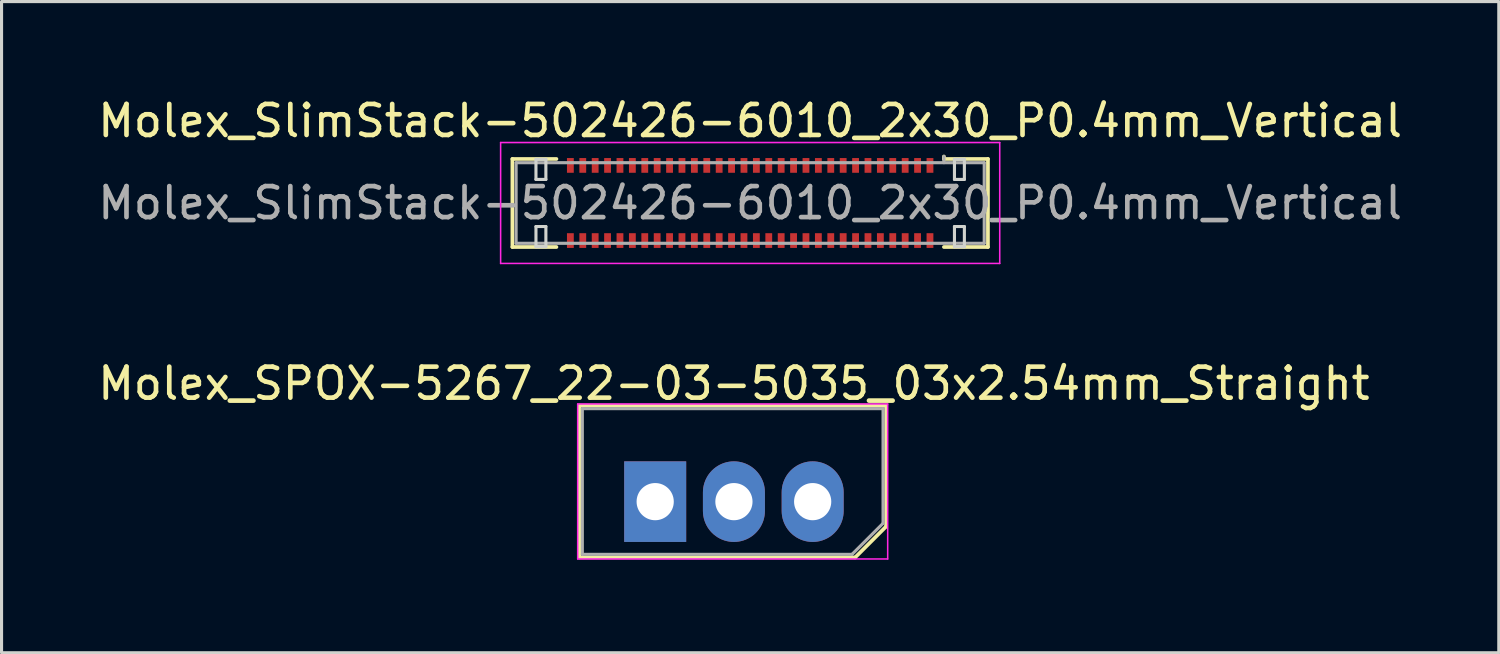
<source format=kicad_pcb>
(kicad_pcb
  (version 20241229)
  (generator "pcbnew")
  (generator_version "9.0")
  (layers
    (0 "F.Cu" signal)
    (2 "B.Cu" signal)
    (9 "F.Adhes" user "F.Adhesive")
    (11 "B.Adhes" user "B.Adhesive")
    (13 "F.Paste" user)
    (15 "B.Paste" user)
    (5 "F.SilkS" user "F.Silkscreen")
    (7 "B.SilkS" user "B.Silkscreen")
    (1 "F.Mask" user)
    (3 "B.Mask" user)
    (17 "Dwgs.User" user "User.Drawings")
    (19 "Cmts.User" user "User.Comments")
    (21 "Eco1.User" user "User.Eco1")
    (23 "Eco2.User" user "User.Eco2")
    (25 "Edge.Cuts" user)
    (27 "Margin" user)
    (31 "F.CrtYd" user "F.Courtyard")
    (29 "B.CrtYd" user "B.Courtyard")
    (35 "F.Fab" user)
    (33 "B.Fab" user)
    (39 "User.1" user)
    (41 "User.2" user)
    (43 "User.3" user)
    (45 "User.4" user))
  (footprint "Molex_SPOX-5267_22-03-5035_03x2.54mm_Straight"
    (layer "F.Cu")
    (at 18.085 13.132)
    (property "Reference" "Molex_SPOX-5267_22-03-5035_03x2.54mm_Straight" (at 2.54 -3.81 0) (layer "F.SilkS") (effects (font (size 1 1) (thickness 0.15))))
    (attr through_hole)
    (fp_line (start -2.45 -3.1) (end -2.45 1.8) (stroke (width 0.12) (type solid)) (layer "F.SilkS"))
    (fp_line (start -2.45 1.8) (end 6.45 1.8) (stroke (width 0.12) (type solid)) (layer "F.SilkS"))
    (fp_line (start 6.45 1.8) (end 7.45 0.8) (stroke (width 0.12) (type solid)) (layer "F.SilkS"))
    (fp_line (start 7.45 -3.1) (end -2.45 -3.1) (stroke (width 0.12) (type solid)) (layer "F.SilkS"))
    (fp_line (start 7.45 0.8) (end 7.45 -3.1) (stroke (width 0.12) (type solid)) (layer "F.SilkS"))
    (fp_line (start -2.5 -3.15) (end 7.5 -3.15) (stroke (width 0.05) (type solid)) (layer "F.CrtYd"))
    (fp_line (start -2.5 1.85) (end -2.5 -3.15) (stroke (width 0.05) (type solid)) (layer "F.CrtYd"))
    (fp_line (start 7.5 -3.15) (end 7.5 1.85) (stroke (width 0.05) (type solid)) (layer "F.CrtYd"))
    (fp_line (start 7.5 1.85) (end -2.5 1.85) (stroke (width 0.05) (type solid)) (layer "F.CrtYd"))
    (fp_line (start -2.35 -3) (end -2.35 1.7) (stroke (width 0.1) (type solid)) (layer "F.Fab"))
    (fp_line (start -2.35 1.7) (end 6.35 1.7) (stroke (width 0.1) (type solid)) (layer "F.Fab"))
    (fp_line (start 6.35 1.7) (end 7.35 0.7) (stroke (width 0.1) (type solid)) (layer "F.Fab"))
    (fp_line (start 7.35 -3) (end -2.35 -3) (stroke (width 0.1) (type solid)) (layer "F.Fab"))
    (fp_line (start 7.35 0.7) (end 7.35 -3) (stroke (width 0.1) (type solid)) (layer "F.Fab"))
    (pad "1" thru_hole rect (at 0 0) (size 2 2.6) (drill 1.2) (layers "*.Cu" "*.Mask"))
    (pad "2" thru_hole oval (at 2.54 0) (size 2 2.6) (drill 1.2) (layers "*.Cu" "*.Mask"))
    (pad "3" thru_hole oval (at 5.08 0) (size 2 2.6) (drill 1.2) (layers "*.Cu" "*.Mask")))
  (footprint "Molex_SlimStack-502426-6010_2x30_P0.4mm_Vertical"
    (layer "F.Cu")
    (at 21.149 3.498)
    (property "Reference" "Molex_SlimStack-502426-6010_2x30_P0.4mm_Vertical" (at 0 -2.65 0) (layer "F.SilkS") (effects (font (size 1 1) (thickness 0.15))))
    (attr smd)
    (fp_line (start -7.67 -1.42) (end -6.25 -1.42) (stroke (width 0.12) (type solid)) (layer "F.SilkS"))
    (fp_line (start -7.67 1.42) (end -7.67 -1.42) (stroke (width 0.12) (type solid)) (layer "F.SilkS"))
    (fp_line (start -6.25 1.42) (end -7.67 1.42) (stroke (width 0.12) (type solid)) (layer "F.SilkS"))
    (fp_line (start 6.25 -1.42) (end 6.25 -1.5) (stroke (width 0.12) (type solid)) (layer "F.SilkS"))
    (fp_line (start 6.25 1.42) (end 7.67 1.42) (stroke (width 0.12) (type solid)) (layer "F.SilkS"))
    (fp_line (start 7.67 -1.42) (end 6.25 -1.42) (stroke (width 0.12) (type solid)) (layer "F.SilkS"))
    (fp_line (start 7.67 1.42) (end 7.67 -1.42) (stroke (width 0.12) (type solid)) (layer "F.SilkS"))
    (fp_line (start -6.91 -1.41) (end -6.91 -0.76) (stroke (width 0.1) (type solid)) (layer "Edge.Cuts"))
    (fp_line (start -6.91 -0.76) (end -6.59 -0.76) (stroke (width 0.1) (type solid)) (layer "Edge.Cuts"))
    (fp_line (start -6.91 0.76) (end -6.91 1.41) (stroke (width 0.1) (type solid)) (layer "Edge.Cuts"))
    (fp_line (start -6.91 1.41) (end -6.59 1.41) (stroke (width 0.1) (type solid)) (layer "Edge.Cuts"))
    (fp_line (start -6.59 -1.41) (end -6.91 -1.41) (stroke (width 0.1) (type solid)) (layer "Edge.Cuts"))
    (fp_line (start -6.59 -0.76) (end -6.59 -1.41) (stroke (width 0.1) (type solid)) (layer "Edge.Cuts"))
    (fp_line (start -6.59 0.76) (end -6.91 0.76) (stroke (width 0.1) (type solid)) (layer "Edge.Cuts"))
    (fp_line (start -6.59 1.41) (end -6.59 0.76) (stroke (width 0.1) (type solid)) (layer "Edge.Cuts"))
    (fp_line (start 6.59 -1.41) (end 6.59 -0.76) (stroke (width 0.1) (type solid)) (layer "Edge.Cuts"))
    (fp_line (start 6.59 -0.76) (end 6.91 -0.76) (stroke (width 0.1) (type solid)) (layer "Edge.Cuts"))
    (fp_line (start 6.59 0.76) (end 6.59 1.41) (stroke (width 0.1) (type solid)) (layer "Edge.Cuts"))
    (fp_line (start 6.59 1.41) (end 6.91 1.41) (stroke (width 0.1) (type solid)) (layer "Edge.Cuts"))
    (fp_line (start 6.91 -1.41) (end 6.59 -1.41) (stroke (width 0.1) (type solid)) (layer "Edge.Cuts"))
    (fp_line (start 6.91 -0.76) (end 6.91 -1.41) (stroke (width 0.1) (type solid)) (layer "Edge.Cuts"))
    (fp_line (start 6.91 0.76) (end 6.59 0.76) (stroke (width 0.1) (type solid)) (layer "Edge.Cuts"))
    (fp_line (start 6.91 1.41) (end 6.91 0.76) (stroke (width 0.1) (type solid)) (layer "Edge.Cuts"))
    (fp_line (start -8.05 -1.95) (end -8.05 1.95) (stroke (width 0.05) (type solid)) (layer "F.CrtYd"))
    (fp_line (start -8.05 1.95) (end 8.05 1.95) (stroke (width 0.05) (type solid)) (layer "F.CrtYd"))
    (fp_line (start 8.05 -1.95) (end -8.05 -1.95) (stroke (width 0.05) (type solid)) (layer "F.CrtYd"))
    (fp_line (start 8.05 1.95) (end 8.05 -1.95) (stroke (width 0.05) (type solid)) (layer "F.CrtYd"))
    (fp_line (start -7.55 -1.3) (end -7.55 1.3) (stroke (width 0.1) (type solid)) (layer "F.Fab"))
    (fp_line (start -7.55 1.3) (end 7.55 1.3) (stroke (width 0.1) (type solid)) (layer "F.Fab"))
    (fp_line (start 6.25 -1.3) (end 6.25 -1.5) (stroke (width 0.1) (type solid)) (layer "F.Fab"))
    (fp_line (start 7.55 -1.3) (end -7.55 -1.3) (stroke (width 0.1) (type solid)) (layer "F.Fab"))
    (fp_line (start 7.55 1.3) (end 7.55 -1.3) (stroke (width 0.1) (type solid)) (layer "F.Fab"))
    (fp_text user "${REFERENCE}" (at 0 0 0) (layer "F.Fab") (effects (font (size 1 1) (thickness 0.15))))
    (pad "1" smd rect (at 5.8 -1.212) (size 0.22 0.475) (layers "F.Cu" "F.Mask" "F.Paste"))
    (pad "2" smd rect (at 5.8 1.212) (size 0.22 0.475) (layers "F.Cu" "F.Mask" "F.Paste"))
    (pad "3" smd rect (at 5.4 -1.212) (size 0.22 0.475) (layers "F.Cu" "F.Mask" "F.Paste"))
    (pad "4" smd rect (at 5.4 1.212) (size 0.22 0.475) (layers "F.Cu" "F.Mask" "F.Paste"))
    (pad "5" smd rect (at 5 -1.212) (size 0.22 0.475) (layers "F.Cu" "F.Mask" "F.Paste"))
    (pad "6" smd rect (at 5 1.212) (size 0.22 0.475) (layers "F.Cu" "F.Mask" "F.Paste"))
    (pad "7" smd rect (at 4.6 -1.212) (size 0.22 0.475) (layers "F.Cu" "F.Mask" "F.Paste"))
    (pad "8" smd rect (at 4.6 1.212) (size 0.22 0.475) (layers "F.Cu" "F.Mask" "F.Paste"))
    (pad "9" smd rect (at 4.2 -1.212) (size 0.22 0.475) (layers "F.Cu" "F.Mask" "F.Paste"))
    (pad "10" smd rect (at 4.2 1.212) (size 0.22 0.475) (layers "F.Cu" "F.Mask" "F.Paste"))
    (pad "11" smd rect (at 3.8 -1.212) (size 0.22 0.475) (layers "F.Cu" "F.Mask" "F.Paste"))
    (pad "12" smd rect (at 3.8 1.212) (size 0.22 0.475) (layers "F.Cu" "F.Mask" "F.Paste"))
    (pad "13" smd rect (at 3.4 -1.212) (size 0.22 0.475) (layers "F.Cu" "F.Mask" "F.Paste"))
    (pad "14" smd rect (at 3.4 1.212) (size 0.22 0.475) (layers "F.Cu" "F.Mask" "F.Paste"))
    (pad "15" smd rect (at 3 -1.212) (size 0.22 0.475) (layers "F.Cu" "F.Mask" "F.Paste"))
    (pad "16" smd rect (at 3 1.212) (size 0.22 0.475) (layers "F.Cu" "F.Mask" "F.Paste"))
    (pad "17" smd rect (at 2.6 -1.212) (size 0.22 0.475) (layers "F.Cu" "F.Mask" "F.Paste"))
    (pad "18" smd rect (at 2.6 1.212) (size 0.22 0.475) (layers "F.Cu" "F.Mask" "F.Paste"))
    (pad "19" smd rect (at 2.2 -1.212) (size 0.22 0.475) (layers "F.Cu" "F.Mask" "F.Paste"))
    (pad "20" smd rect (at 2.2 1.212) (size 0.22 0.475) (layers "F.Cu" "F.Mask" "F.Paste"))
    (pad "21" smd rect (at 1.8 -1.212) (size 0.22 0.475) (layers "F.Cu" "F.Mask" "F.Paste"))
    (pad "22" smd rect (at 1.8 1.212) (size 0.22 0.475) (layers "F.Cu" "F.Mask" "F.Paste"))
    (pad "23" smd rect (at 1.4 -1.212) (size 0.22 0.475) (layers "F.Cu" "F.Mask" "F.Paste"))
    (pad "24" smd rect (at 1.4 1.212) (size 0.22 0.475) (layers "F.Cu" "F.Mask" "F.Paste"))
    (pad "25" smd rect (at 1 -1.212) (size 0.22 0.475) (layers "F.Cu" "F.Mask" "F.Paste"))
    (pad "26" smd rect (at 1 1.212) (size 0.22 0.475) (layers "F.Cu" "F.Mask" "F.Paste"))
    (pad "27" smd rect (at 0.6 -1.212) (size 0.22 0.475) (layers "F.Cu" "F.Mask" "F.Paste"))
    (pad "28" smd rect (at 0.6 1.212) (size 0.22 0.475) (layers "F.Cu" "F.Mask" "F.Paste"))
    (pad "29" smd rect (at 0.2 -1.212) (size 0.22 0.475) (layers "F.Cu" "F.Mask" "F.Paste"))
    (pad "30" smd rect (at 0.2 1.212) (size 0.22 0.475) (layers "F.Cu" "F.Mask" "F.Paste"))
    (pad "31" smd rect (at -0.2 -1.212) (size 0.22 0.475) (layers "F.Cu" "F.Mask" "F.Paste"))
    (pad "32" smd rect (at -0.2 1.212) (size 0.22 0.475) (layers "F.Cu" "F.Mask" "F.Paste"))
    (pad "33" smd rect (at -0.6 -1.212) (size 0.22 0.475) (layers "F.Cu" "F.Mask" "F.Paste"))
    (pad "34" smd rect (at -0.6 1.212) (size 0.22 0.475) (layers "F.Cu" "F.Mask" "F.Paste"))
    (pad "35" smd rect (at -1 -1.212) (size 0.22 0.475) (layers "F.Cu" "F.Mask" "F.Paste"))
    (pad "36" smd rect (at -1 1.212) (size 0.22 0.475) (layers "F.Cu" "F.Mask" "F.Paste"))
    (pad "37" smd rect (at -1.4 -1.212) (size 0.22 0.475) (layers "F.Cu" "F.Mask" "F.Paste"))
    (pad "38" smd rect (at -1.4 1.212) (size 0.22 0.475) (layers "F.Cu" "F.Mask" "F.Paste"))
    (pad "39" smd rect (at -1.8 -1.212) (size 0.22 0.475) (layers "F.Cu" "F.Mask" "F.Paste"))
    (pad "40" smd rect (at -1.8 1.212) (size 0.22 0.475) (layers "F.Cu" "F.Mask" "F.Paste"))
    (pad "41" smd rect (at -2.2 -1.212) (size 0.22 0.475) (layers "F.Cu" "F.Mask" "F.Paste"))
    (pad "42" smd rect (at -2.2 1.212) (size 0.22 0.475) (layers "F.Cu" "F.Mask" "F.Paste"))
    (pad "43" smd rect (at -2.6 -1.212) (size 0.22 0.475) (layers "F.Cu" "F.Mask" "F.Paste"))
    (pad "44" smd rect (at -2.6 1.212) (size 0.22 0.475) (layers "F.Cu" "F.Mask" "F.Paste"))
    (pad "45" smd rect (at -3 -1.212) (size 0.22 0.475) (layers "F.Cu" "F.Mask" "F.Paste"))
    (pad "46" smd rect (at -3 1.212) (size 0.22 0.475) (layers "F.Cu" "F.Mask" "F.Paste"))
    (pad "47" smd rect (at -3.4 -1.212) (size 0.22 0.475) (layers "F.Cu" "F.Mask" "F.Paste"))
    (pad "48" smd rect (at -3.4 1.212) (size 0.22 0.475) (layers "F.Cu" "F.Mask" "F.Paste"))
    (pad "49" smd rect (at -3.8 -1.212) (size 0.22 0.475) (layers "F.Cu" "F.Mask" "F.Paste"))
    (pad "50" smd rect (at -3.8 1.212) (size 0.22 0.475) (layers "F.Cu" "F.Mask" "F.Paste"))
    (pad "51" smd rect (at -4.2 -1.212) (size 0.22 0.475) (layers "F.Cu" "F.Mask" "F.Paste"))
    (pad "52" smd rect (at -4.2 1.212) (size 0.22 0.475) (layers "F.Cu" "F.Mask" "F.Paste"))
    (pad "53" smd rect (at -4.6 -1.212) (size 0.22 0.475) (layers "F.Cu" "F.Mask" "F.Paste"))
    (pad "54" smd rect (at -4.6 1.212) (size 0.22 0.475) (layers "F.Cu" "F.Mask" "F.Paste"))
    (pad "55" smd rect (at -5 -1.212) (size 0.22 0.475) (layers "F.Cu" "F.Mask" "F.Paste"))
    (pad "56" smd rect (at -5 1.212) (size 0.22 0.475) (layers "F.Cu" "F.Mask" "F.Paste"))
    (pad "57" smd rect (at -5.4 -1.212) (size 0.22 0.475) (layers "F.Cu" "F.Mask" "F.Paste"))
    (pad "58" smd rect (at -5.4 1.212) (size 0.22 0.475) (layers "F.Cu" "F.Mask" "F.Paste"))
    (pad "59" smd rect (at -5.8 -1.212) (size 0.22 0.475) (layers "F.Cu" "F.Mask" "F.Paste"))
    (pad "60" smd rect (at -5.8 1.212) (size 0.22 0.475) (layers "F.Cu" "F.Mask" "F.Paste")))
  (gr_rect
    (start -3 -3)
    (end 45.298 18.006)
    (stroke (width 0.1) (type default))
    (fill no)
    (layer "Edge.Cuts")))
</source>
